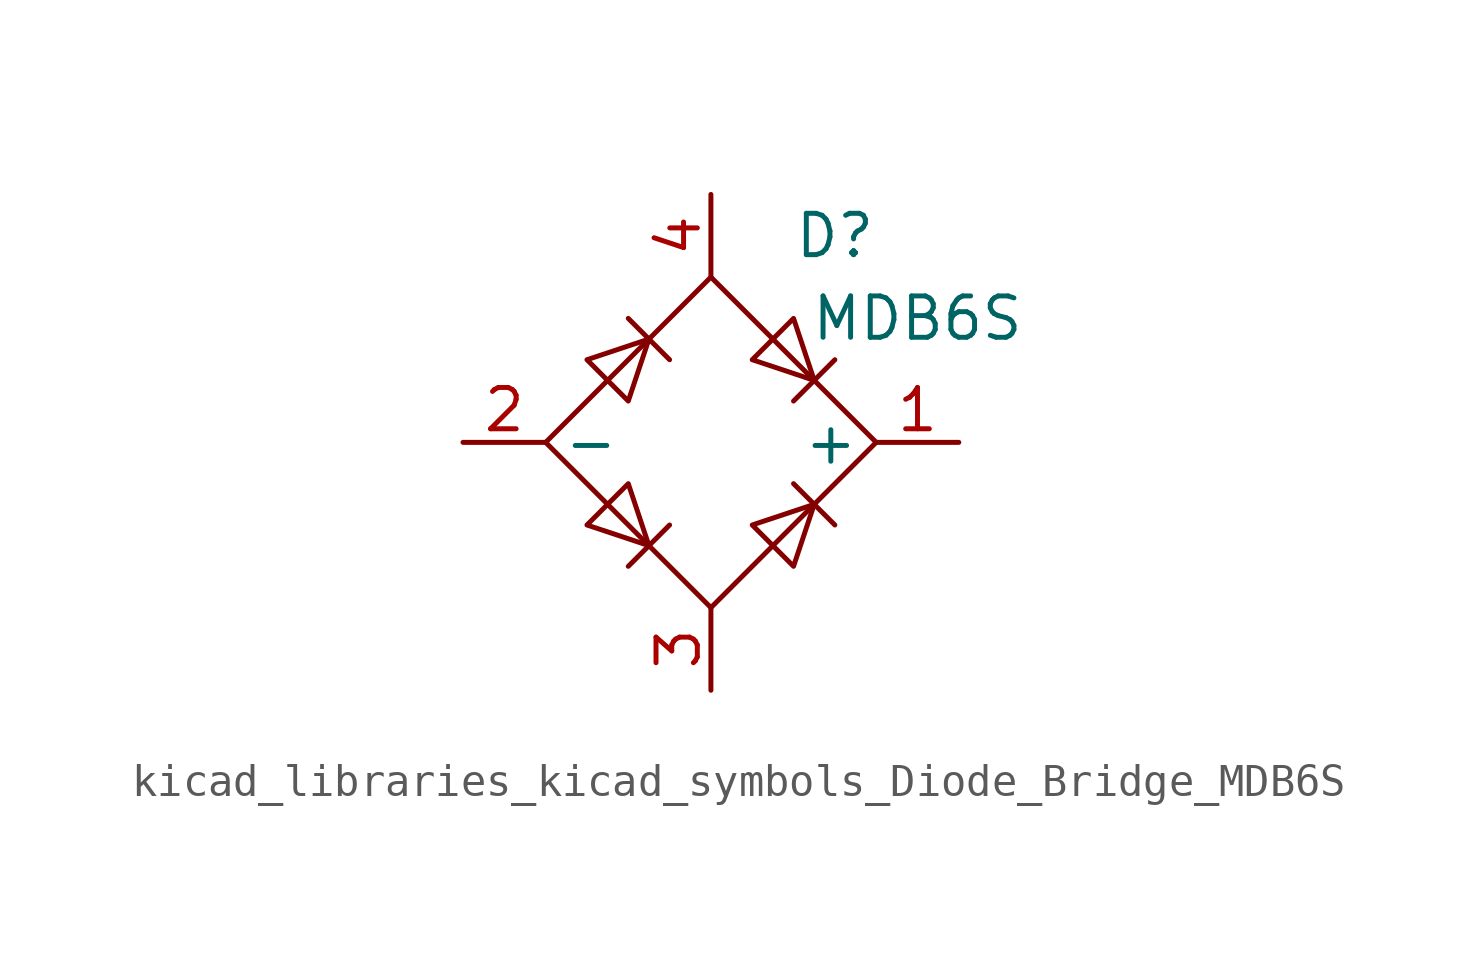
<source format=kicad_sym>
(kicad_symbol_lib
  (version 20220914)
  (generator kicad_symbol_editor)
  (symbol "kicad_libraries_kicad_symbols_Diode_Bridge_MDB6S"
    (property "Reference" "D"
      (at 3.81 6.35 0)
      (effects (font (size 1.27 1.27))))
    (property "Value" "MDB6S"
      (at 6.35 3.81 0)
      (effects (font (size 1.27 1.27))))
    (symbol "kicad_libraries_kicad_symbols_Diode_Bridge_MDB6S_1_1"
      (polyline (pts (xy -2.54 3.81) (xy -1.27 2.54)) (stroke (width 0) (type default)) (fill (type none)))
      (polyline (pts (xy -1.27 -2.54) (xy -2.54 -3.81)) (stroke (width 0) (type default)) (fill (type none)))
      (polyline (pts (xy 2.54 -1.27) (xy 3.81 -2.54)) (stroke (width 0) (type default)) (fill (type none)))
      (polyline (pts (xy 2.54 1.27) (xy 3.81 2.54)) (stroke (width 0) (type default)) (fill (type none)))
      (polyline (pts (xy -3.81 2.54) (xy -2.54 1.27) (xy -1.905 3.175) (xy -3.81 2.54)) (stroke (width 0) (type default)) (fill (type none)))
      (polyline (pts (xy -2.54 -1.27) (xy -3.81 -2.54) (xy -1.905 -3.175) (xy -2.54 -1.27)) (stroke (width 0) (type default)) (fill (type none)))
      (polyline (pts (xy 1.27 2.54) (xy 2.54 3.81) (xy 3.175 1.905) (xy 1.27 2.54)) (stroke (width 0) (type default)) (fill (type none)))
      (polyline (pts (xy 3.175 -1.905) (xy 1.27 -2.54) (xy 2.54 -3.81) (xy 3.175 -1.905)) (stroke (width 0) (type default)) (fill (type none)))
      (polyline (pts (xy -5.08 0) (xy 0 -5.08) (xy 5.08 0) (xy 0 5.08) (xy -5.08 0)) (stroke (width 0) (type default)) (fill (type none)))
      (pin passive line (at 7.62 0 180) (length 2.54) (name "+" (effects (font (size 1.27 1.27)))) (number "1" (effects (font (size 1.27 1.27)))))
      (pin passive line (at -7.62 0 0) (length 2.54) (name "-" (effects (font (size 1.27 1.27)))) (number "2" (effects (font (size 1.27 1.27)))))
      (pin passive line (at 0 -7.62 90) (length 2.54) (name "~" (effects (font (size 1.27 1.27)))) (number "3" (effects (font (size 1.27 1.27)))))
      (pin passive line (at 0 7.62 270) (length 2.54) (name "~" (effects (font (size 1.27 1.27)))) (number "4" (effects (font (size 1.27 1.27))))))))
</source>
